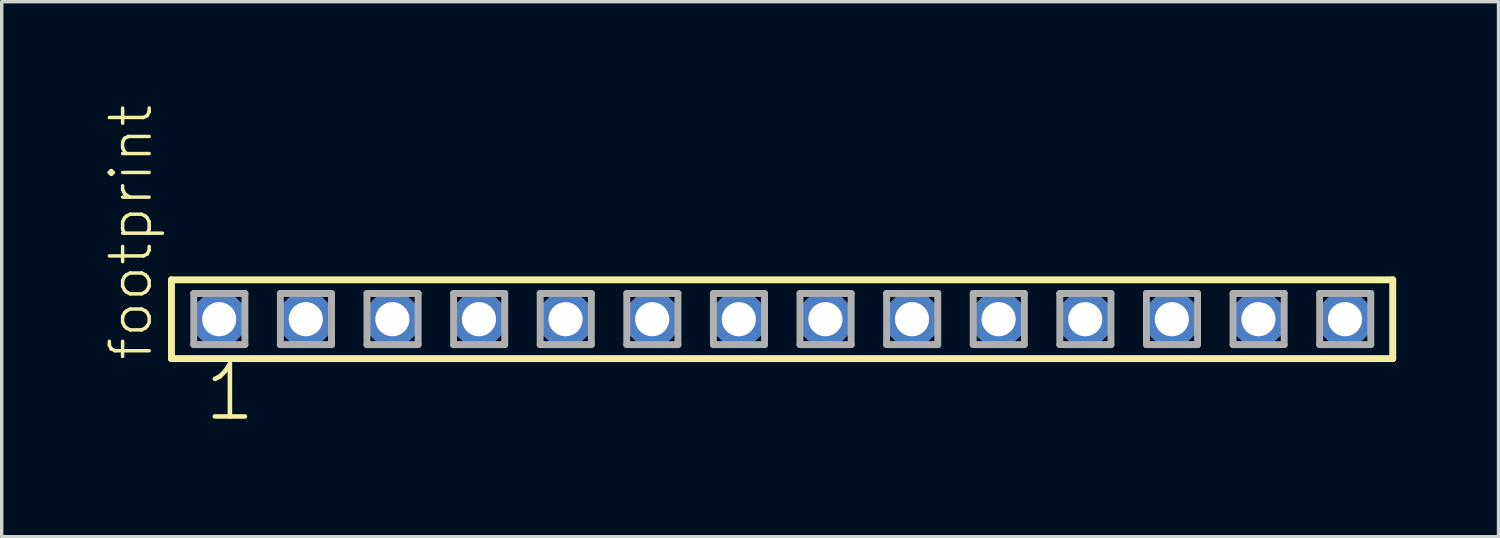
<source format=kicad_pcb>
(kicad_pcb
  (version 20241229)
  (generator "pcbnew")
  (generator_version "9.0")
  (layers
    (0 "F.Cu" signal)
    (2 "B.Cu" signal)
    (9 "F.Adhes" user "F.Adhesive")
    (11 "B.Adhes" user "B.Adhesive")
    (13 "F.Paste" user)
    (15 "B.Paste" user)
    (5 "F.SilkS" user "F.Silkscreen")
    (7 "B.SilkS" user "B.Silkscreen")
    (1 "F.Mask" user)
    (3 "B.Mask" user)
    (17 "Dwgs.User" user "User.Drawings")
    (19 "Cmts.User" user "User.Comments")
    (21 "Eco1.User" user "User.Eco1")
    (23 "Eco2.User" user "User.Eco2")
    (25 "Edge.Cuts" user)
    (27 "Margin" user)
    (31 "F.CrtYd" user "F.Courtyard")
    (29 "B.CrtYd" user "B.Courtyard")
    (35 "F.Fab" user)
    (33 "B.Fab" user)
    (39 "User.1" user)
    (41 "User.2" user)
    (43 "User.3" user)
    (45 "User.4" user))
  (footprint "footprint"
    (layer "F.Cu")
    (at 19.888 6.312)
    (property "Reference" "footprint" (at -18.415 1.27 90) (layer "F.SilkS") (effects (font (size 1.168 1.168) (thickness 0.102)) (justify left bottom)))
    (fp_line (start -17.909 -1.155) (end 17.909 -1.155) (stroke (width 0.203) (type solid)) (layer "F.SilkS"))
    (fp_line (start -17.909 1.155) (end -17.909 -1.155) (stroke (width 0.203) (type solid)) (layer "F.SilkS"))
    (fp_line (start 17.909 -1.155) (end 17.909 1.155) (stroke (width 0.203) (type solid)) (layer "F.SilkS"))
    (fp_line (start 17.909 1.155) (end -17.909 1.155) (stroke (width 0.203) (type solid)) (layer "F.SilkS"))
    (fp_line (start -17.255 -0.755) (end -15.755 -0.755) (stroke (width 0.203) (type solid)) (layer "F.Fab"))
    (fp_line (start -17.255 0.745) (end -17.255 -0.755) (stroke (width 0.203) (type solid)) (layer "F.Fab"))
    (fp_line (start -15.755 -0.755) (end -15.755 0.745) (stroke (width 0.203) (type solid)) (layer "F.Fab"))
    (fp_line (start -15.755 0.745) (end -17.255 0.745) (stroke (width 0.203) (type solid)) (layer "F.Fab"))
    (fp_line (start -14.715 -0.755) (end -13.215 -0.755) (stroke (width 0.203) (type solid)) (layer "F.Fab"))
    (fp_line (start -14.715 0.745) (end -14.715 -0.755) (stroke (width 0.203) (type solid)) (layer "F.Fab"))
    (fp_line (start -13.215 -0.755) (end -13.215 0.745) (stroke (width 0.203) (type solid)) (layer "F.Fab"))
    (fp_line (start -13.215 0.745) (end -14.715 0.745) (stroke (width 0.203) (type solid)) (layer "F.Fab"))
    (fp_line (start -12.175 -0.755) (end -10.675 -0.755) (stroke (width 0.203) (type solid)) (layer "F.Fab"))
    (fp_line (start -12.175 0.745) (end -12.175 -0.755) (stroke (width 0.203) (type solid)) (layer "F.Fab"))
    (fp_line (start -10.675 -0.755) (end -10.675 0.745) (stroke (width 0.203) (type solid)) (layer "F.Fab"))
    (fp_line (start -10.675 0.745) (end -12.175 0.745) (stroke (width 0.203) (type solid)) (layer "F.Fab"))
    (fp_line (start -9.635 -0.755) (end -8.135 -0.755) (stroke (width 0.203) (type solid)) (layer "F.Fab"))
    (fp_line (start -9.635 0.745) (end -9.635 -0.755) (stroke (width 0.203) (type solid)) (layer "F.Fab"))
    (fp_line (start -8.135 -0.755) (end -8.135 0.745) (stroke (width 0.203) (type solid)) (layer "F.Fab"))
    (fp_line (start -8.135 0.745) (end -9.635 0.745) (stroke (width 0.203) (type solid)) (layer "F.Fab"))
    (fp_line (start -7.095 -0.755) (end -5.595 -0.755) (stroke (width 0.203) (type solid)) (layer "F.Fab"))
    (fp_line (start -7.095 0.745) (end -7.095 -0.755) (stroke (width 0.203) (type solid)) (layer "F.Fab"))
    (fp_line (start -5.595 -0.755) (end -5.595 0.745) (stroke (width 0.203) (type solid)) (layer "F.Fab"))
    (fp_line (start -5.595 0.745) (end -7.095 0.745) (stroke (width 0.203) (type solid)) (layer "F.Fab"))
    (fp_line (start -4.555 -0.755) (end -3.055 -0.755) (stroke (width 0.203) (type solid)) (layer "F.Fab"))
    (fp_line (start -4.555 0.745) (end -4.555 -0.755) (stroke (width 0.203) (type solid)) (layer "F.Fab"))
    (fp_line (start -3.055 -0.755) (end -3.055 0.745) (stroke (width 0.203) (type solid)) (layer "F.Fab"))
    (fp_line (start -3.055 0.745) (end -4.555 0.745) (stroke (width 0.203) (type solid)) (layer "F.Fab"))
    (fp_line (start -2.015 -0.755) (end -0.515 -0.755) (stroke (width 0.203) (type solid)) (layer "F.Fab"))
    (fp_line (start -2.015 0.745) (end -2.015 -0.755) (stroke (width 0.203) (type solid)) (layer "F.Fab"))
    (fp_line (start -0.515 -0.755) (end -0.515 0.745) (stroke (width 0.203) (type solid)) (layer "F.Fab"))
    (fp_line (start -0.515 0.745) (end -2.015 0.745) (stroke (width 0.203) (type solid)) (layer "F.Fab"))
    (fp_line (start 0.525 -0.755) (end 2.025 -0.755) (stroke (width 0.203) (type solid)) (layer "F.Fab"))
    (fp_line (start 0.525 0.745) (end 0.525 -0.755) (stroke (width 0.203) (type solid)) (layer "F.Fab"))
    (fp_line (start 2.025 -0.755) (end 2.025 0.745) (stroke (width 0.203) (type solid)) (layer "F.Fab"))
    (fp_line (start 2.025 0.745) (end 0.525 0.745) (stroke (width 0.203) (type solid)) (layer "F.Fab"))
    (fp_line (start 3.065 -0.755) (end 4.565 -0.755) (stroke (width 0.203) (type solid)) (layer "F.Fab"))
    (fp_line (start 3.065 0.745) (end 3.065 -0.755) (stroke (width 0.203) (type solid)) (layer "F.Fab"))
    (fp_line (start 4.565 -0.755) (end 4.565 0.745) (stroke (width 0.203) (type solid)) (layer "F.Fab"))
    (fp_line (start 4.565 0.745) (end 3.065 0.745) (stroke (width 0.203) (type solid)) (layer "F.Fab"))
    (fp_line (start 5.605 -0.755) (end 7.105 -0.755) (stroke (width 0.203) (type solid)) (layer "F.Fab"))
    (fp_line (start 5.605 0.745) (end 5.605 -0.755) (stroke (width 0.203) (type solid)) (layer "F.Fab"))
    (fp_line (start 7.105 -0.755) (end 7.105 0.745) (stroke (width 0.203) (type solid)) (layer "F.Fab"))
    (fp_line (start 7.105 0.745) (end 5.605 0.745) (stroke (width 0.203) (type solid)) (layer "F.Fab"))
    (fp_line (start 8.145 -0.755) (end 9.645 -0.755) (stroke (width 0.203) (type solid)) (layer "F.Fab"))
    (fp_line (start 8.145 0.745) (end 8.145 -0.755) (stroke (width 0.203) (type solid)) (layer "F.Fab"))
    (fp_line (start 9.645 -0.755) (end 9.645 0.745) (stroke (width 0.203) (type solid)) (layer "F.Fab"))
    (fp_line (start 9.645 0.745) (end 8.145 0.745) (stroke (width 0.203) (type solid)) (layer "F.Fab"))
    (fp_line (start 10.685 -0.755) (end 12.185 -0.755) (stroke (width 0.203) (type solid)) (layer "F.Fab"))
    (fp_line (start 10.685 0.745) (end 10.685 -0.755) (stroke (width 0.203) (type solid)) (layer "F.Fab"))
    (fp_line (start 12.185 -0.755) (end 12.185 0.745) (stroke (width 0.203) (type solid)) (layer "F.Fab"))
    (fp_line (start 12.185 0.745) (end 10.685 0.745) (stroke (width 0.203) (type solid)) (layer "F.Fab"))
    (fp_line (start 13.225 -0.755) (end 14.725 -0.755) (stroke (width 0.203) (type solid)) (layer "F.Fab"))
    (fp_line (start 13.225 0.745) (end 13.225 -0.755) (stroke (width 0.203) (type solid)) (layer "F.Fab"))
    (fp_line (start 14.725 -0.755) (end 14.725 0.745) (stroke (width 0.203) (type solid)) (layer "F.Fab"))
    (fp_line (start 14.725 0.745) (end 13.225 0.745) (stroke (width 0.203) (type solid)) (layer "F.Fab"))
    (fp_line (start 15.765 -0.755) (end 17.265 -0.755) (stroke (width 0.203) (type solid)) (layer "F.Fab"))
    (fp_line (start 15.765 0.745) (end 15.765 -0.755) (stroke (width 0.203) (type solid)) (layer "F.Fab"))
    (fp_line (start 17.265 -0.755) (end 17.265 0.745) (stroke (width 0.203) (type solid)) (layer "F.Fab"))
    (fp_line (start 17.265 0.745) (end 15.765 0.745) (stroke (width 0.203) (type solid)) (layer "F.Fab"))
    (fp_text user "1" (at -17.018 3.048 0) (layer "F.SilkS") (effects (font (size 1.542 1.542) (thickness 0.134)) (justify left bottom)))
    (pad "1" thru_hole roundrect (at -16.51 0) (size 1.5 1.5) (drill 1) (layers "*.Cu" "*.Mask") (roundrect_rratio 0.25) (chamfer_ratio 0.25) (chamfer top_left top_right bottom_left bottom_right))
    (pad "2" thru_hole roundrect (at -13.97 0) (size 1.5 1.5) (drill 1) (layers "*.Cu" "*.Mask") (roundrect_rratio 0.25) (chamfer_ratio 0.25) (chamfer top_left top_right bottom_left bottom_right))
    (pad "3" thru_hole roundrect (at -11.43 0) (size 1.5 1.5) (drill 1) (layers "*.Cu" "*.Mask") (roundrect_rratio 0.25) (chamfer_ratio 0.25) (chamfer top_left top_right bottom_left bottom_right))
    (pad "4" thru_hole roundrect (at -8.89 0) (size 1.5 1.5) (drill 1) (layers "*.Cu" "*.Mask") (roundrect_rratio 0.25) (chamfer_ratio 0.25) (chamfer top_left top_right bottom_left bottom_right))
    (pad "5" thru_hole roundrect (at -6.35 0) (size 1.5 1.5) (drill 1) (layers "*.Cu" "*.Mask") (roundrect_rratio 0.25) (chamfer_ratio 0.25) (chamfer top_left top_right bottom_left bottom_right))
    (pad "6" thru_hole roundrect (at -3.81 0) (size 1.5 1.5) (drill 1) (layers "*.Cu" "*.Mask") (roundrect_rratio 0.25) (chamfer_ratio 0.25) (chamfer top_left top_right bottom_left bottom_right))
    (pad "7" thru_hole roundrect (at -1.27 0) (size 1.5 1.5) (drill 1) (layers "*.Cu" "*.Mask") (roundrect_rratio 0.25) (chamfer_ratio 0.25) (chamfer top_left top_right bottom_left bottom_right))
    (pad "8" thru_hole roundrect (at 1.27 0) (size 1.5 1.5) (drill 1) (layers "*.Cu" "*.Mask") (roundrect_rratio 0.25) (chamfer_ratio 0.25) (chamfer top_left top_right bottom_left bottom_right))
    (pad "9" thru_hole roundrect (at 3.81 0) (size 1.5 1.5) (drill 1) (layers "*.Cu" "*.Mask") (roundrect_rratio 0.25) (chamfer_ratio 0.25) (chamfer top_left top_right bottom_left bottom_right))
    (pad "10" thru_hole roundrect (at 6.35 0) (size 1.5 1.5) (drill 1) (layers "*.Cu" "*.Mask") (roundrect_rratio 0.25) (chamfer_ratio 0.25) (chamfer top_left top_right bottom_left bottom_right))
    (pad "11" thru_hole roundrect (at 8.89 0) (size 1.5 1.5) (drill 1) (layers "*.Cu" "*.Mask") (roundrect_rratio 0.25) (chamfer_ratio 0.25) (chamfer top_left top_right bottom_left bottom_right))
    (pad "12" thru_hole roundrect (at 11.43 0) (size 1.5 1.5) (drill 1) (layers "*.Cu" "*.Mask") (roundrect_rratio 0.25) (chamfer_ratio 0.25) (chamfer top_left top_right bottom_left bottom_right))
    (pad "13" thru_hole roundrect (at 13.97 0) (size 1.5 1.5) (drill 1) (layers "*.Cu" "*.Mask") (roundrect_rratio 0.25) (chamfer_ratio 0.25) (chamfer top_left top_right bottom_left bottom_right))
    (pad "14" thru_hole roundrect (at 16.51 0) (size 1.5 1.5) (drill 1) (layers "*.Cu" "*.Mask") (roundrect_rratio 0.25) (chamfer_ratio 0.25) (chamfer top_left top_right bottom_left bottom_right)))
  (gr_rect
    (start -3 -3)
    (end 40.899 12.691)
    (stroke (width 0.1) (type default))
    (fill no)
    (layer "Edge.Cuts")))
</source>
